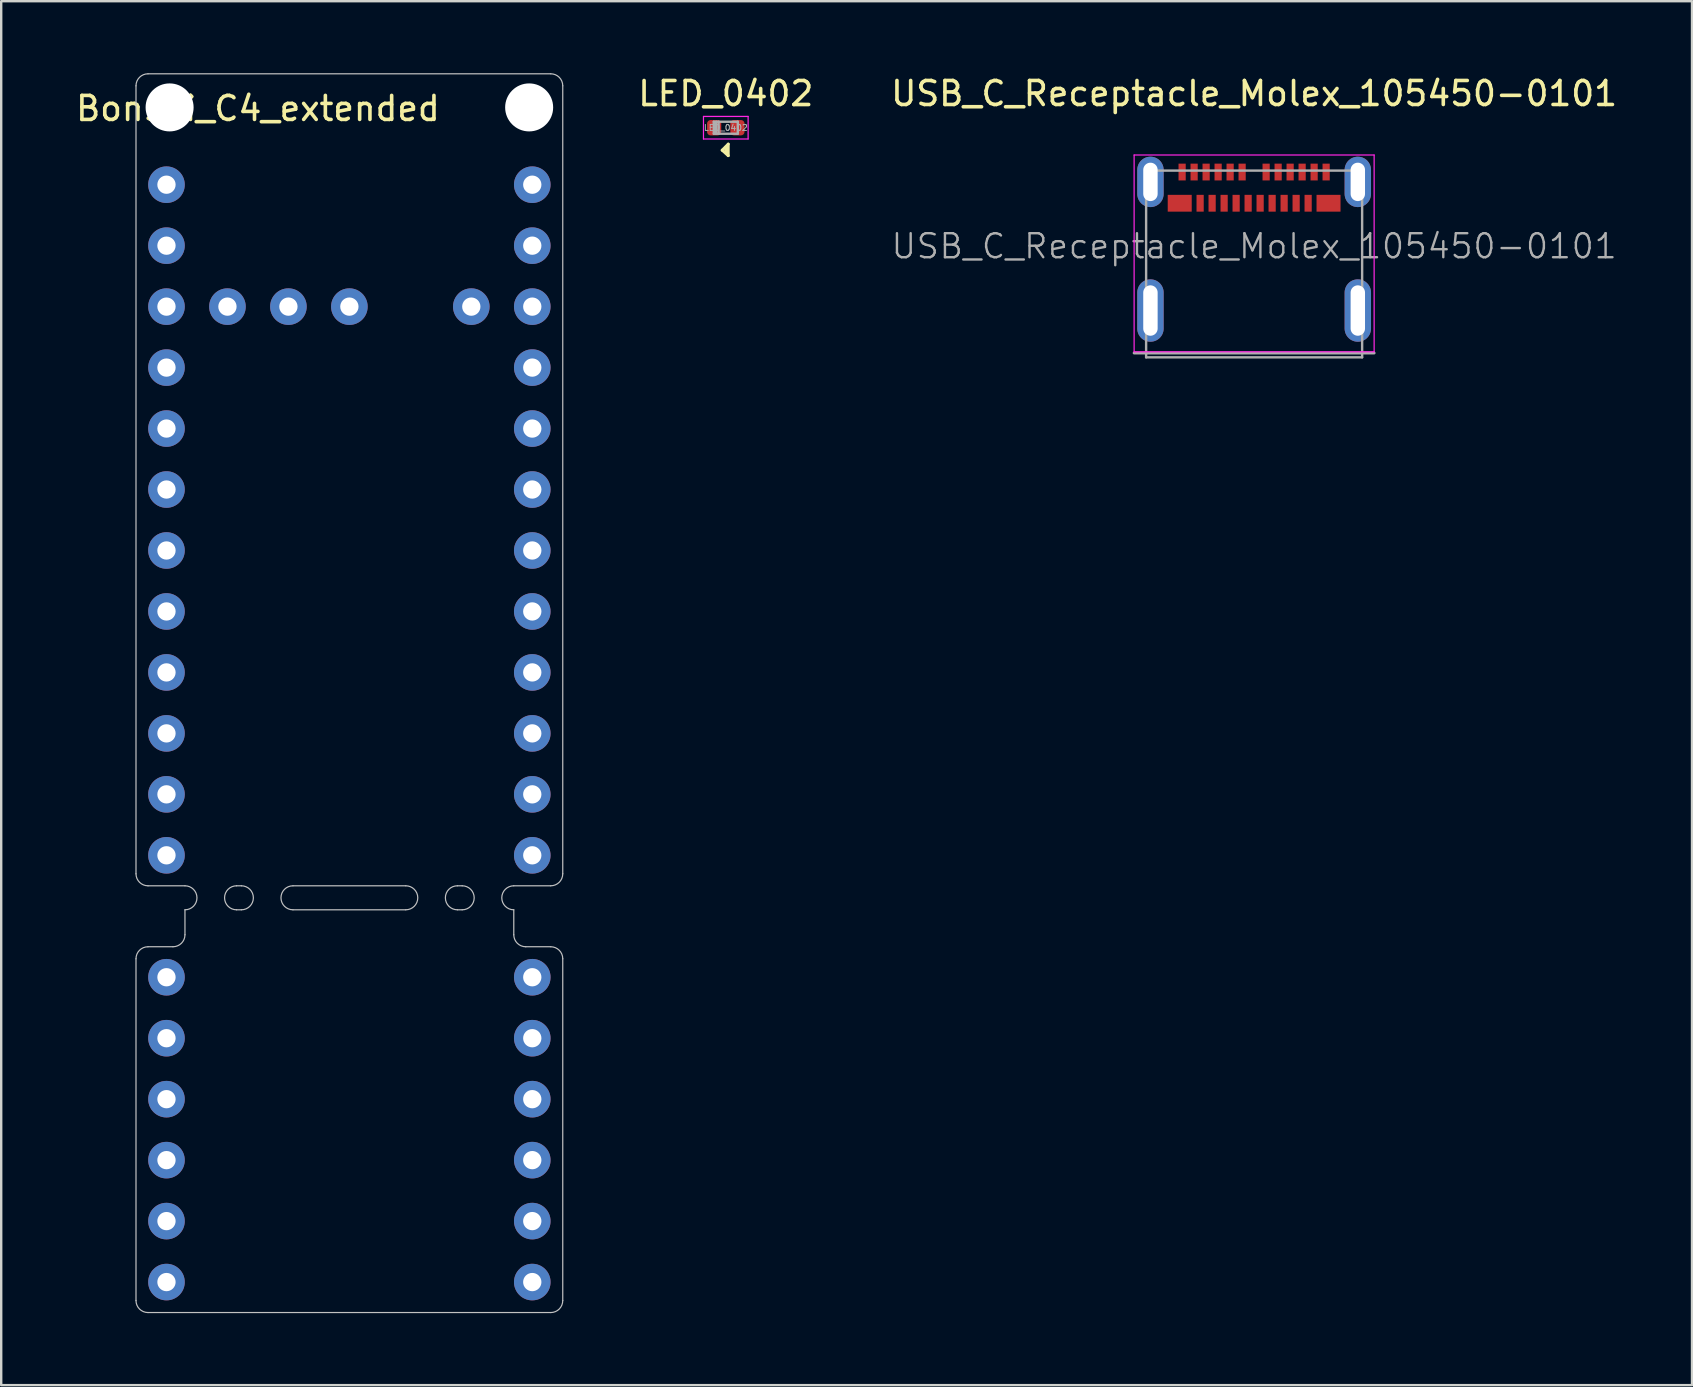
<source format=kicad_pcb>
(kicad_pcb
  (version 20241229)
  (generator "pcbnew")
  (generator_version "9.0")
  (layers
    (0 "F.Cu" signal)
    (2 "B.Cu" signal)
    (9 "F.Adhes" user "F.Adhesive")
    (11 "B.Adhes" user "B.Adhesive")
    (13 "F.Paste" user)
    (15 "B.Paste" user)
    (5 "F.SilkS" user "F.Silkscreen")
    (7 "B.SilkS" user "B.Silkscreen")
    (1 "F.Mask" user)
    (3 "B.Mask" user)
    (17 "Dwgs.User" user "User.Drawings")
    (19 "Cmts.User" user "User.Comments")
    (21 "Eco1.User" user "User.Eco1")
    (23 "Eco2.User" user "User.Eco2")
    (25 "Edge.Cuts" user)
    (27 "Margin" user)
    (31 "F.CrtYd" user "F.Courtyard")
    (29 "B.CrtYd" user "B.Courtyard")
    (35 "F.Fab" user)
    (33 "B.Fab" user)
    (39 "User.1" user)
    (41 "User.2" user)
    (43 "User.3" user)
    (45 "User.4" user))
  (footprint "USB_C_Receptacle_Molex_105450-0101"
    (layer "F.Cu")
    (at 49.201 7.208)
    (property "Reference" "USB_C_Receptacle_Molex_105450-0101" (at 0 -6.36 0) (layer "F.SilkS") (effects (font (size 1 1) (thickness 0.15))))
    (attr smd)
    (fp_line (start -5 -3.8) (end 5 -3.8) (stroke (width 0.05) (type solid)) (layer "F.CrtYd"))
    (fp_line (start -5 4.4) (end -5 -3.8) (stroke (width 0.05) (type solid)) (layer "F.CrtYd"))
    (fp_line (start 5 -3.8) (end 5 4.4) (stroke (width 0.05) (type solid)) (layer "F.CrtYd"))
    (fp_line (start 5 4.4) (end -5 4.4) (stroke (width 0.05) (type solid)) (layer "F.CrtYd"))
    (fp_line (start -5 4.45) (end 5 4.45) (stroke (width 0.12) (type solid)) (layer "F.Fab"))
    (fp_line (start -4.5 -3.15) (end 4.5 -3.15) (stroke (width 0.1) (type solid)) (layer "F.Fab"))
    (fp_line (start -4.5 4.63) (end -4.5 -3.15) (stroke (width 0.1) (type solid)) (layer "F.Fab"))
    (fp_line (start -4.5 4.63) (end 4.5 4.63) (stroke (width 0.1) (type solid)) (layer "F.Fab"))
    (fp_line (start 4.5 4.63) (end 4.5 -3.15) (stroke (width 0.1) (type solid)) (layer "F.Fab"))
    (fp_text user "${REFERENCE}" (at 0 0 0) (layer "F.Fab") (effects (font (size 1 1) (thickness 0.1))))
    (pad "A1" smd rect (at -3 -3.09) (size 0.3 0.7) (layers "F.Cu" "F.Mask" "F.Paste"))
    (pad "A2" smd rect (at -2.5 -3.09) (size 0.3 0.7) (layers "F.Cu" "F.Mask" "F.Paste"))
    (pad "A3" smd rect (at -2 -3.09) (size 0.3 0.7) (layers "F.Cu" "F.Mask" "F.Paste"))
    (pad "A4" smd rect (at -1.5 -3.09) (size 0.3 0.7) (layers "F.Cu" "F.Mask" "F.Paste"))
    (pad "A5" smd rect (at -1 -3.09) (size 0.3 0.7) (layers "F.Cu" "F.Mask" "F.Paste"))
    (pad "A6" smd rect (at -0.5 -3.09) (size 0.3 0.7) (layers "F.Cu" "F.Mask" "F.Paste"))
    (pad "A7" smd rect (at 0.5 -3.09) (size 0.3 0.7) (layers "F.Cu" "F.Mask" "F.Paste"))
    (pad "A8" smd rect (at 1 -3.09) (size 0.3 0.7) (layers "F.Cu" "F.Mask" "F.Paste"))
    (pad "A9" smd rect (at 1.5 -3.09) (size 0.3 0.7) (layers "F.Cu" "F.Mask" "F.Paste"))
    (pad "A10" smd rect (at 2 -3.09) (size 0.3 0.7) (layers "F.Cu" "F.Mask" "F.Paste"))
    (pad "A11" smd rect (at 2.5 -3.09) (size 0.3 0.7) (layers "F.Cu" "F.Mask" "F.Paste"))
    (pad "A12" smd rect (at 3 -3.09) (size 0.3 0.7) (layers "F.Cu" "F.Mask" "F.Paste"))
    (pad "B1" smd rect (at 3.1 -1.79) (size 1 0.7) (layers "F.Cu" "F.Mask" "F.Paste"))
    (pad "B2" smd rect (at 2.25 -1.79) (size 0.3 0.7) (layers "F.Cu" "F.Mask" "F.Paste"))
    (pad "B3" smd rect (at 1.75 -1.79) (size 0.3 0.7) (layers "F.Cu" "F.Mask" "F.Paste"))
    (pad "B4" smd rect (at 1.25 -1.79) (size 0.3 0.7) (layers "F.Cu" "F.Mask" "F.Paste"))
    (pad "B5" smd rect (at 0.75 -1.79) (size 0.3 0.7) (layers "F.Cu" "F.Mask" "F.Paste"))
    (pad "B6" smd rect (at 0.25 -1.79) (size 0.3 0.7) (layers "F.Cu" "F.Mask" "F.Paste"))
    (pad "B7" smd rect (at -0.25 -1.79) (size 0.3 0.7) (layers "F.Cu" "F.Mask" "F.Paste"))
    (pad "B8" smd rect (at -0.75 -1.79) (size 0.3 0.7) (layers "F.Cu" "F.Mask" "F.Paste"))
    (pad "B9" smd rect (at -1.25 -1.79) (size 0.3 0.7) (layers "F.Cu" "F.Mask" "F.Paste"))
    (pad "B10" smd rect (at -1.75 -1.79) (size 0.3 0.7) (layers "F.Cu" "F.Mask" "F.Paste"))
    (pad "B11" smd rect (at -2.25 -1.79) (size 0.3 0.7) (layers "F.Cu" "F.Mask" "F.Paste"))
    (pad "B12" smd rect (at -3.1 -1.79) (size 1 0.7) (layers "F.Cu" "F.Mask" "F.Paste"))
    (pad "S1" thru_hole oval (at -4.32 -2.68) (size 1.1 2.1) (drill oval 0.6 1.6) (layers "*.Cu" "*.Mask"))
    (pad "S1" thru_hole oval (at -4.32 2.68) (size 1.1 2.6) (drill oval 0.6 2.1) (layers "*.Cu" "*.Mask"))
    (pad "S1" thru_hole oval (at 4.32 -2.68 180) (size 1.1 2.1) (drill oval 0.6 1.6) (layers "*.Cu" "*.Mask"))
    (pad "S1" thru_hole oval (at 4.32 2.68 180) (size 1.1 2.6) (drill oval 0.6 2.1) (layers "*.Cu" "*.Mask")))
  (footprint "Bonsai_C4_extended"
    (layer "F.Cu")
    (at 3.886 4.645)
    (property "Reference" "Bonsai_C4_extended" (at 3.81 -3.175 0) (layer "F.SilkS") (effects (font (size 1 1) (thickness 0.15))))
    (attr through_hole)
    (fp_line (start -1.27 -4.12) (end -1.27 28.71) (stroke (width 0.05) (type solid)) (layer "Dwgs.User"))
    (fp_line (start -1.27 32.25) (end -1.27 46.49) (stroke (width 0.05) (type solid)) (layer "Dwgs.User"))
    (fp_line (start -0.77 29.21) (end 0.77 29.21) (stroke (width 0.05) (type solid)) (layer "Dwgs.User"))
    (fp_line (start -0.77 46.99) (end 16.01 46.99) (stroke (width 0.05) (type solid)) (layer "Dwgs.User"))
    (fp_line (start 0.27 31.75) (end -0.77 31.75) (stroke (width 0.05) (type solid)) (layer "Dwgs.User"))
    (fp_line (start 0.77 31.25) (end 0.77 30.21) (stroke (width 0.05) (type solid)) (layer "Dwgs.User"))
    (fp_line (start 2.92 29.21) (end 3.12 29.21) (stroke (width 0.05) (type solid)) (layer "Dwgs.User"))
    (fp_line (start 2.92 30.21) (end 3.12 30.21) (stroke (width 0.05) (type solid)) (layer "Dwgs.User"))
    (fp_line (start 5.27 30.21) (end 9.97 30.21) (stroke (width 0.05) (type solid)) (layer "Dwgs.User"))
    (fp_line (start 9.97 29.21) (end 5.27 29.21) (stroke (width 0.05) (type solid)) (layer "Dwgs.User"))
    (fp_line (start 12.12 29.21) (end 12.32 29.21) (stroke (width 0.05) (type solid)) (layer "Dwgs.User"))
    (fp_line (start 12.12 30.21) (end 12.32 30.21) (stroke (width 0.05) (type solid)) (layer "Dwgs.User"))
    (fp_line (start 14.47 31.25) (end 14.47 30.21) (stroke (width 0.05) (type solid)) (layer "Dwgs.User"))
    (fp_line (start 14.97 31.75) (end 16.01 31.75) (stroke (width 0.05) (type solid)) (layer "Dwgs.User"))
    (fp_line (start 16.01 -4.62) (end -0.77 -4.62) (stroke (width 0.05) (type solid)) (layer "Dwgs.User"))
    (fp_line (start 16.01 29.21) (end 14.47 29.21) (stroke (width 0.05) (type solid)) (layer "Dwgs.User"))
    (fp_line (start 16.51 28.71) (end 16.51 -4.12) (stroke (width 0.05) (type solid)) (layer "Dwgs.User"))
    (fp_line (start 16.51 32.25) (end 16.51 46.49) (stroke (width 0.05) (type solid)) (layer "Dwgs.User"))
    (fp_arc (start -1.27 -4.12) (mid -1.123553 -4.473553) (end -0.77 -4.62) (stroke (width 0.05) (type solid)) (layer "Dwgs.User"))
    (fp_arc (start -1.27 32.25) (mid -1.123553 31.896447) (end -0.77 31.75) (stroke (width 0.05) (type solid)) (layer "Dwgs.User"))
    (fp_arc (start -0.77 29.21) (mid -1.123553 29.063553) (end -1.27 28.71) (stroke (width 0.05) (type solid)) (layer "Dwgs.User"))
    (fp_arc (start -0.77 46.99) (mid -1.123553 46.843553) (end -1.27 46.49) (stroke (width 0.05) (type solid)) (layer "Dwgs.User"))
    (fp_arc (start 0.77 29.21) (mid 1.27 29.71) (end 0.77 30.21) (stroke (width 0.05) (type solid)) (layer "Dwgs.User"))
    (fp_arc (start 0.77 31.25) (mid 0.623553 31.603553) (end 0.27 31.75) (stroke (width 0.05) (type solid)) (layer "Dwgs.User"))
    (fp_arc (start 2.92 30.21) (mid 2.42 29.71) (end 2.92 29.21) (stroke (width 0.05) (type solid)) (layer "Dwgs.User"))
    (fp_arc (start 3.12 29.21) (mid 3.62 29.71) (end 3.12 30.21) (stroke (width 0.05) (type solid)) (layer "Dwgs.User"))
    (fp_arc (start 5.27 30.21) (mid 4.77 29.71) (end 5.27 29.21) (stroke (width 0.05) (type solid)) (layer "Dwgs.User"))
    (fp_arc (start 9.97 29.21) (mid 10.47 29.71) (end 9.97 30.21) (stroke (width 0.05) (type solid)) (layer "Dwgs.User"))
    (fp_arc (start 12.12 30.21) (mid 11.62 29.71) (end 12.12 29.21) (stroke (width 0.05) (type solid)) (layer "Dwgs.User"))
    (fp_arc (start 12.32 29.21) (mid 12.82 29.71) (end 12.32 30.21) (stroke (width 0.05) (type solid)) (layer "Dwgs.User"))
    (fp_arc (start 14.47 30.21) (mid 13.97 29.71) (end 14.47 29.21) (stroke (width 0.05) (type solid)) (layer "Dwgs.User"))
    (fp_arc (start 14.97 31.75) (mid 14.616447 31.603553) (end 14.47 31.25) (stroke (width 0.05) (type solid)) (layer "Dwgs.User"))
    (fp_arc (start 16.01 -4.62) (mid 16.363553 -4.473553) (end 16.51 -4.12) (stroke (width 0.05) (type solid)) (layer "Dwgs.User"))
    (fp_arc (start 16.01 31.75) (mid 16.363553 31.896447) (end 16.51 32.25) (stroke (width 0.05) (type solid)) (layer "Dwgs.User"))
    (fp_arc (start 16.51 28.71) (mid 16.363553 29.063553) (end 16.01 29.21) (stroke (width 0.05) (type solid)) (layer "Dwgs.User"))
    (fp_arc (start 16.51 46.49) (mid 16.363553 46.843553) (end 16.01 46.99) (stroke (width 0.05) (type solid)) (layer "Dwgs.User"))
    (pad "" np_thru_hole circle (at 0.13 -3.22) (size 2 2) (drill 2) (layers "*.Cu" "*.Mask"))
    (pad "" np_thru_hole circle (at 15.11 -3.22) (size 2 2) (drill 2) (layers "*.Cu" "*.Mask"))
    (pad "1" thru_hole circle (at 0 0) (size 1.524 1.524) (drill 0.762) (layers "*.Cu" "*.Mask"))
    (pad "2" thru_hole circle (at 0 2.54) (size 1.524 1.524) (drill 0.762) (layers "*.Cu" "*.Mask"))
    (pad "3" thru_hole circle (at 0 5.08) (size 1.524 1.524) (drill 0.762) (layers "*.Cu" "*.Mask"))
    (pad "4" thru_hole circle (at 0 7.62) (size 1.524 1.524) (drill 0.762) (layers "*.Cu" "*.Mask"))
    (pad "5" thru_hole circle (at 0 10.16) (size 1.524 1.524) (drill 0.762) (layers "*.Cu" "*.Mask"))
    (pad "6" thru_hole circle (at 0 12.7) (size 1.524 1.524) (drill 0.762) (layers "*.Cu" "*.Mask"))
    (pad "7" thru_hole circle (at 0 15.24) (size 1.524 1.524) (drill 0.762) (layers "*.Cu" "*.Mask"))
    (pad "8" thru_hole circle (at 0 17.78) (size 1.524 1.524) (drill 0.762) (layers "*.Cu" "*.Mask"))
    (pad "9" thru_hole circle (at 0 20.32) (size 1.524 1.524) (drill 0.762) (layers "*.Cu" "*.Mask"))
    (pad "10" thru_hole circle (at 0 22.86) (size 1.524 1.524) (drill 0.762) (layers "*.Cu" "*.Mask"))
    (pad "11" thru_hole circle (at 0 25.4) (size 1.524 1.524) (drill 0.762) (layers "*.Cu" "*.Mask"))
    (pad "12" thru_hole circle (at 0 27.94) (size 1.524 1.524) (drill 0.762) (layers "*.Cu" "*.Mask"))
    (pad "13" thru_hole circle (at 2.54 5.08) (size 1.524 1.524) (drill 0.762) (layers "*.Cu" "*.Mask"))
    (pad "14" thru_hole circle (at 5.08 5.08) (size 1.524 1.524) (drill 0.762) (layers "*.Cu" "*.Mask"))
    (pad "15" thru_hole circle (at 7.62 5.08) (size 1.524 1.524) (drill 0.762) (layers "*.Cu" "*.Mask"))
    (pad "16" thru_hole circle (at 12.7 5.08) (size 1.524 1.524) (drill 0.762) (layers "*.Cu" "*.Mask"))
    (pad "17" thru_hole circle (at 15.24 0) (size 1.524 1.524) (drill 0.762) (layers "*.Cu" "*.Mask"))
    (pad "18" thru_hole circle (at 15.24 2.54) (size 1.524 1.524) (drill 0.762) (layers "*.Cu" "*.Mask"))
    (pad "19" thru_hole circle (at 15.24 5.08) (size 1.524 1.524) (drill 0.762) (layers "*.Cu" "*.Mask"))
    (pad "20" thru_hole circle (at 15.24 7.62) (size 1.524 1.524) (drill 0.762) (layers "*.Cu" "*.Mask"))
    (pad "21" thru_hole circle (at 15.24 10.16) (size 1.524 1.524) (drill 0.762) (layers "*.Cu" "*.Mask"))
    (pad "22" thru_hole circle (at 15.24 12.7) (size 1.524 1.524) (drill 0.762) (layers "*.Cu" "*.Mask"))
    (pad "23" thru_hole circle (at 15.24 15.24) (size 1.524 1.524) (drill 0.762) (layers "*.Cu" "*.Mask"))
    (pad "24" thru_hole circle (at 15.24 20.32) (size 1.524 1.524) (drill 0.762) (layers "*.Cu" "*.Mask"))
    (pad "25" thru_hole circle (at 15.24 17.78) (size 1.524 1.524) (drill 0.762) (layers "*.Cu" "*.Mask"))
    (pad "26" thru_hole circle (at 15.24 22.86) (size 1.524 1.524) (drill 0.762) (layers "*.Cu" "*.Mask"))
    (pad "27" thru_hole circle (at 15.24 25.4) (size 1.524 1.524) (drill 0.762) (layers "*.Cu" "*.Mask"))
    (pad "28" thru_hole circle (at 15.24 27.94) (size 1.524 1.524) (drill 0.762) (layers "*.Cu" "*.Mask"))
    (pad "29" thru_hole circle (at 0 33.02) (size 1.524 1.524) (drill 0.762) (layers "*.Cu" "*.Mask"))
    (pad "30" thru_hole circle (at 0 35.56) (size 1.524 1.524) (drill 0.762) (layers "*.Cu" "*.Mask"))
    (pad "31" thru_hole circle (at 0 38.1) (size 1.524 1.524) (drill 0.762) (layers "*.Cu" "*.Mask"))
    (pad "32" thru_hole circle (at 0 40.64) (size 1.524 1.524) (drill 0.762) (layers "*.Cu" "*.Mask"))
    (pad "33" thru_hole circle (at 0 43.18) (size 1.524 1.524) (drill 0.762) (layers "*.Cu" "*.Mask"))
    (pad "34" thru_hole circle (at 0 45.72) (size 1.524 1.524) (drill 0.762) (layers "*.Cu" "*.Mask"))
    (pad "35" thru_hole circle (at 15.24 33.02) (size 1.524 1.524) (drill 0.762) (layers "*.Cu" "*.Mask"))
    (pad "36" thru_hole circle (at 15.24 35.56) (size 1.524 1.524) (drill 0.762) (layers "*.Cu" "*.Mask"))
    (pad "37" thru_hole circle (at 15.24 38.1) (size 1.524 1.524) (drill 0.762) (layers "*.Cu" "*.Mask"))
    (pad "38" thru_hole circle (at 15.24 40.64) (size 1.524 1.524) (drill 0.762) (layers "*.Cu" "*.Mask"))
    (pad "39" thru_hole circle (at 15.24 43.18) (size 1.524 1.524) (drill 0.762) (layers "*.Cu" "*.Mask"))
    (pad "40" thru_hole circle (at 15.24 45.72) (size 1.524 1.524) (drill 0.762) (layers "*.Cu" "*.Mask")))
  (footprint "LED_0402"
    (layer "F.Cu")
    (at 27.189 2.271)
    (property "Reference" "LED_0402" (at 0 -1.422 0) (layer "F.SilkS") (effects (font (size 1 1) (thickness 0.15))))
    (attr smd)
    (fp_line (start -0.152 0.937) (end 0.102 1.165) (stroke (width 0.12) (type solid)) (layer "F.SilkS"))
    (fp_line (start 0 1.013) (end 0 0.81) (stroke (width 0.13) (type solid)) (layer "F.SilkS"))
    (fp_line (start 0.102 0.683) (end -0.152 0.937) (stroke (width 0.12) (type solid)) (layer "F.SilkS"))
    (fp_line (start 0.102 1.165) (end 0.102 0.683) (stroke (width 0.12) (type solid)) (layer "F.SilkS"))
    (fp_line (start -0.93 -0.47) (end 0.93 -0.47) (stroke (width 0.05) (type solid)) (layer "F.CrtYd"))
    (fp_line (start -0.93 0.47) (end -0.93 -0.47) (stroke (width 0.05) (type solid)) (layer "F.CrtYd"))
    (fp_line (start 0.93 -0.47) (end 0.93 0.47) (stroke (width 0.05) (type solid)) (layer "F.CrtYd"))
    (fp_line (start 0.93 0.47) (end -0.93 0.47) (stroke (width 0.05) (type solid)) (layer "F.CrtYd"))
    (fp_line (start -0.5 -0.25) (end 0.5 -0.25) (stroke (width 0.1) (type solid)) (layer "F.Fab"))
    (fp_line (start -0.5 0.25) (end -0.5 -0.25) (stroke (width 0.1) (type solid)) (layer "F.Fab"))
    (fp_line (start -0.4 0.25) (end -0.4 -0.25) (stroke (width 0.1) (type solid)) (layer "F.Fab"))
    (fp_line (start -0.3 0.25) (end -0.3 -0.25) (stroke (width 0.1) (type solid)) (layer "F.Fab"))
    (fp_line (start 0.5 -0.25) (end 0.5 0.25) (stroke (width 0.1) (type solid)) (layer "F.Fab"))
    (fp_line (start 0.5 0.25) (end -0.5 0.25) (stroke (width 0.1) (type solid)) (layer "F.Fab"))
    (fp_text user "${REFERENCE}" (at 0 0 0) (layer "F.Fab") (effects (font (size 0.25 0.25) (thickness 0.04))))
    (pad "+" smd roundrect (at 0.485 0) (size 0.59 0.64) (layers "F.Cu" "F.Mask" "F.Paste") (roundrect_rratio 0.25))
    (pad "-" smd roundrect (at -0.485 0) (size 0.59 0.64) (layers "F.Cu" "F.Mask" "F.Paste") (roundrect_rratio 0.25)))
  (gr_rect
    (start -3 -3)
    (end 67.445 54.66)
    (stroke (width 0.1) (type default))
    (fill no)
    (layer "Edge.Cuts")))
</source>
